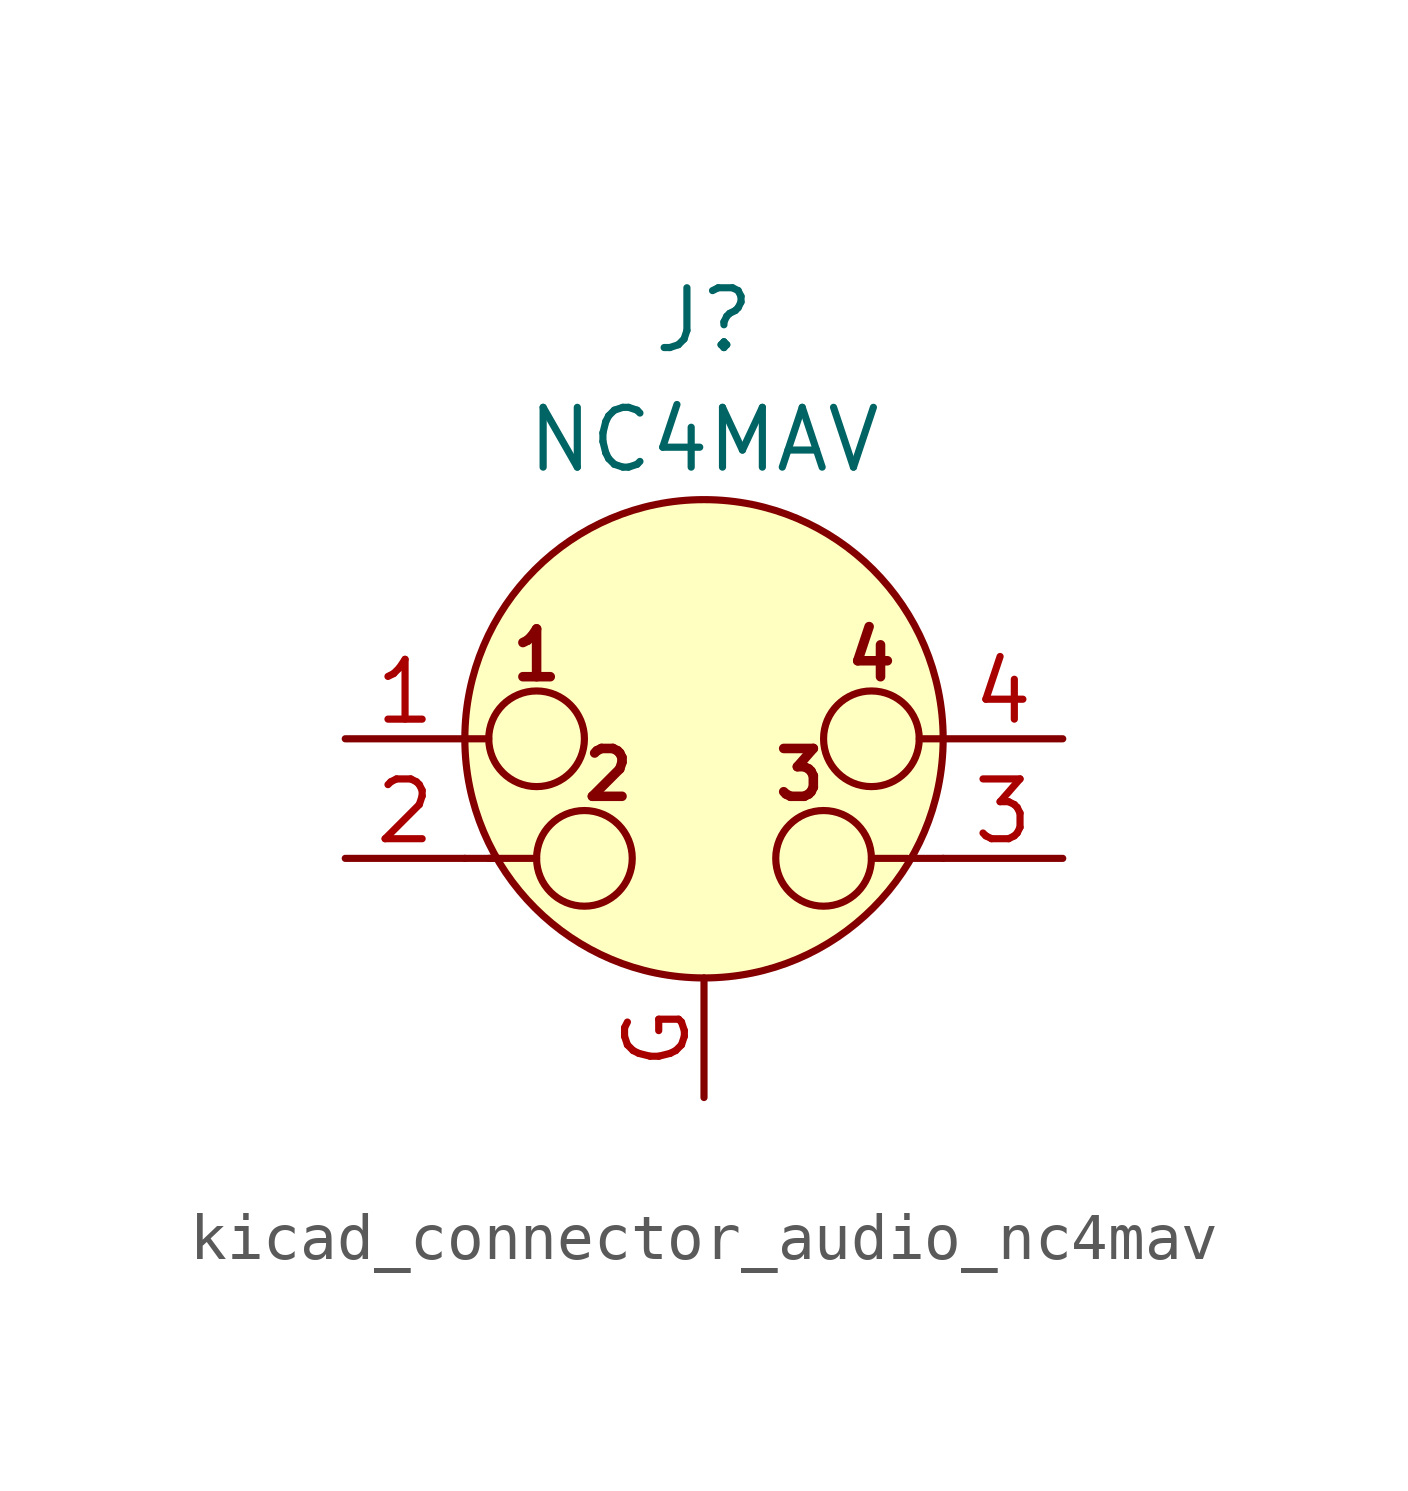
<source format=kicad_sym>
(kicad_symbol_lib
  (version 20220914)
  (generator kicad_symbol_editor)
  (symbol "kicad_connector_audio_nc4mav"
    (pin_names hide)
    (property "Reference" "J"
      (at 0 8.89 0)
      (effects (font (size 1.27 1.27))))
    (property "Value" "NC4MAV"
      (at 0 6.35 0)
      (effects (font (size 1.27 1.27))))
    (symbol "kicad_connector_audio_nc4mav_0_1"
      (circle (center -3.556 0) (radius 1.016) (stroke (width 0) (type default)) (fill (type none)))
      (circle (center -2.54 -2.54) (radius 1.016) (stroke (width 0) (type default)) (fill (type none)))
      (polyline (pts (xy -5.08 -2.54) (xy -4.445 -2.54)) (stroke (width 0) (type default)) (fill (type none)))
      (polyline (pts (xy -5.08 0) (xy -4.572 0)) (stroke (width 0) (type default)) (fill (type none)))
      (polyline (pts (xy -4.572 -2.54) (xy -3.556 -2.54)) (stroke (width 0) (type default)) (fill (type none)))
      (polyline (pts (xy 4.318 -2.54) (xy 3.556 -2.54)) (stroke (width 0) (type default)) (fill (type none)))
      (polyline (pts (xy 5.08 -2.54) (xy 4.445 -2.54)) (stroke (width 0) (type default)) (fill (type none)))
      (polyline (pts (xy 5.08 0) (xy 4.572 0)) (stroke (width 0) (type default)) (fill (type none)))
      (circle (center 0 0) (radius 5.08) (stroke (width 0) (type default)) (fill (type background)))
      (circle (center 2.54 -2.54) (radius 1.016) (stroke (width 0) (type default)) (fill (type none)))
      (circle (center 3.556 0) (radius 1.016) (stroke (width 0) (type default)) (fill (type none)))
      (text "1" (at -3.556 1.778 0) (effects (font (size 1.016 1.016) bold)))
      (text "2" (at -2.032 -0.762 0) (effects (font (size 1.016 1.016) bold)))
      (text "3" (at 2.032 -0.762 0) (effects (font (size 1.016 1.016) bold)))
      (text "4" (at 3.556 1.778 0) (effects (font (size 1.016 1.016) bold))))
    (symbol "kicad_connector_audio_nc4mav_1_1"
      (pin passive line (at -7.62 0 0) (length 2.54) (name "~" (effects (font (size 1.27 1.27)))) (number "1" (effects (font (size 1.27 1.27)))))
      (pin passive line (at -7.62 -2.54 0) (length 2.54) (name "~" (effects (font (size 1.27 1.27)))) (number "2" (effects (font (size 1.27 1.27)))))
      (pin passive line (at 7.62 -2.54 180) (length 2.54) (name "~" (effects (font (size 1.27 1.27)))) (number "3" (effects (font (size 1.27 1.27)))))
      (pin passive line (at 7.62 0 180) (length 2.54) (name "~" (effects (font (size 1.27 1.27)))) (number "4" (effects (font (size 1.27 1.27)))))
      (pin passive line (at 0 -7.62 90) (length 2.54) (name "~" (effects (font (size 1.27 1.27)))) (number "G" (effects (font (size 1.27 1.27))))))))
</source>
